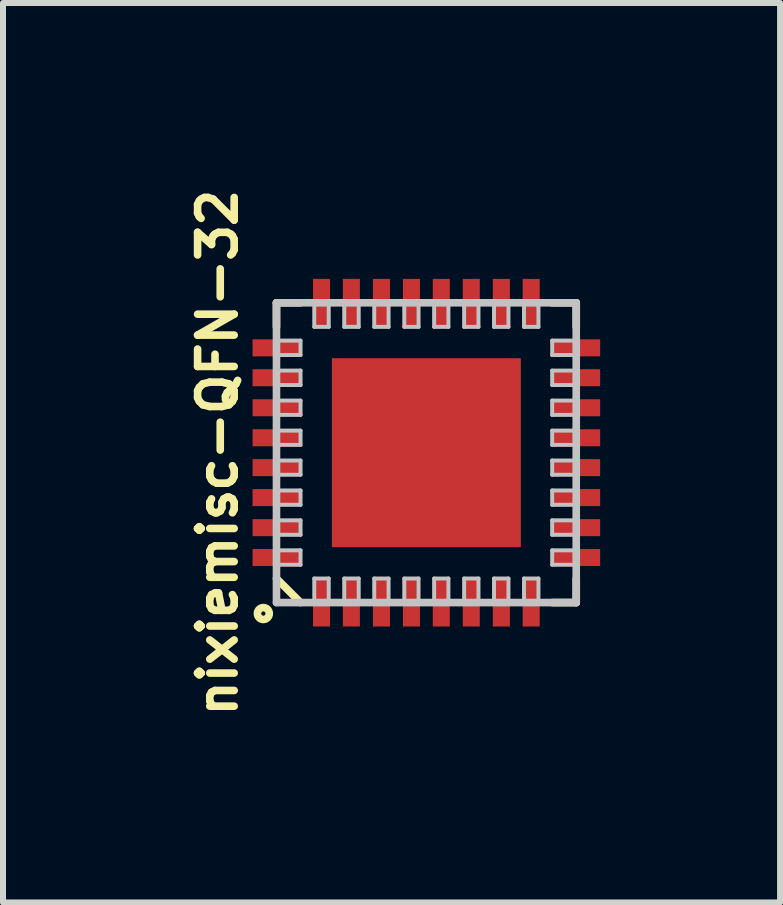
<source format=kicad_pcb>
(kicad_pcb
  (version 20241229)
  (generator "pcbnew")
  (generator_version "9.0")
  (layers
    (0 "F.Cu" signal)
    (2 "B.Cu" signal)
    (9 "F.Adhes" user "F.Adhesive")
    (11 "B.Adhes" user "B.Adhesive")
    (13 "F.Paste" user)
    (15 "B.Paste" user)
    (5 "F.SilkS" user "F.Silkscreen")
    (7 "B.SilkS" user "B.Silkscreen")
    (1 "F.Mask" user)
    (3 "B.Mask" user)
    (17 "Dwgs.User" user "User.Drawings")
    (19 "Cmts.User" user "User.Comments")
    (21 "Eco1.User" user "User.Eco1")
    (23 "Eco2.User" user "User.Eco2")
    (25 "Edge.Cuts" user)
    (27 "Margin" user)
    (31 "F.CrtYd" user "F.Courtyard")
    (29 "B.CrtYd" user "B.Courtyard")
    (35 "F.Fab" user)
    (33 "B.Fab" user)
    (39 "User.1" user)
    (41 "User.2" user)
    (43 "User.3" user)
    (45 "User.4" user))
  (footprint "nixiemisc-QFN-32"
    (layer "F.Cu")
    (at 4.059 4.498)
    (property "Reference" "nixiemisc-QFN-32" (at -3.48 0 90) (unlocked yes) (layer "F.SilkS") (effects (font (size 0.61 0.61) (thickness 0.127))))
    (attr smd)
    (fp_line (start -2.499 -2.499) (end -2.098 -2.499) (stroke (width 0.127) (type solid)) (layer "F.SilkS"))
    (fp_line (start -2.499 -2.098) (end -2.499 -2.499) (stroke (width 0.127) (type solid)) (layer "F.SilkS"))
    (fp_line (start -2.499 2.098) (end -2.098 2.499) (stroke (width 0.127) (type solid)) (layer "F.SilkS"))
    (fp_line (start 2.098 -2.499) (end 2.499 -2.499) (stroke (width 0.127) (type solid)) (layer "F.SilkS"))
    (fp_line (start 2.499 -2.499) (end 2.499 -2.098) (stroke (width 0.127) (type solid)) (layer "F.SilkS"))
    (fp_line (start 2.499 2.098) (end 2.499 2.499) (stroke (width 0.127) (type solid)) (layer "F.SilkS"))
    (fp_line (start 2.499 2.499) (end 2.098 2.499) (stroke (width 0.127) (type solid)) (layer "F.SilkS"))
    (fp_circle (center -2.718 2.682) (end -2.718 2.583) (stroke (width 0.127) (type solid)) (fill no) (layer "F.SilkS"))
    (fp_line (start -1.448 -1.448) (end -0.15 -1.448) (stroke (width 0.066) (type solid)) (layer "F.Paste"))
    (fp_line (start -1.448 -0.15) (end -1.448 -1.448) (stroke (width 0.066) (type solid)) (layer "F.Paste"))
    (fp_line (start -1.448 -0.15) (end -0.15 -0.15) (stroke (width 0.066) (type solid)) (layer "F.Paste"))
    (fp_line (start -1.448 1.448) (end -1.448 0.15) (stroke (width 0.066) (type solid)) (layer "F.Paste"))
    (fp_line (start -0.15 -0.15) (end -0.15 -1.448) (stroke (width 0.066) (type solid)) (layer "F.Paste"))
    (fp_line (start -0.15 0.15) (end -1.448 0.15) (stroke (width 0.066) (type solid)) (layer "F.Paste"))
    (fp_line (start -0.15 1.448) (end -1.448 1.448) (stroke (width 0.066) (type solid)) (layer "F.Paste"))
    (fp_line (start -0.15 1.448) (end -0.15 0.15) (stroke (width 0.066) (type solid)) (layer "F.Paste"))
    (fp_line (start 0.15 -1.448) (end 0.15 -0.15) (stroke (width 0.066) (type solid)) (layer "F.Paste"))
    (fp_line (start 0.15 -1.448) (end 1.448 -1.448) (stroke (width 0.066) (type solid)) (layer "F.Paste"))
    (fp_line (start 0.15 -0.15) (end 1.448 -0.15) (stroke (width 0.066) (type solid)) (layer "F.Paste"))
    (fp_line (start 0.15 0.15) (end 0.15 1.448) (stroke (width 0.066) (type solid)) (layer "F.Paste"))
    (fp_line (start 1.448 -1.448) (end 1.448 -0.15) (stroke (width 0.066) (type solid)) (layer "F.Paste"))
    (fp_line (start 1.448 0.15) (end 0.15 0.15) (stroke (width 0.066) (type solid)) (layer "F.Paste"))
    (fp_line (start 1.448 0.15) (end 1.448 1.448) (stroke (width 0.066) (type solid)) (layer "F.Paste"))
    (fp_line (start 1.448 1.448) (end 0.15 1.448) (stroke (width 0.066) (type solid)) (layer "F.Paste"))
    (fp_line (start -2.499 -2.499) (end -2.499 2.499) (stroke (width 0.127) (type solid)) (layer "Dwgs.User"))
    (fp_line (start -2.499 -1.869) (end -2.098 -1.869) (stroke (width 0.066) (type solid)) (layer "Dwgs.User"))
    (fp_line (start -2.499 -1.628) (end -2.499 -1.869) (stroke (width 0.066) (type solid)) (layer "Dwgs.User"))
    (fp_line (start -2.499 -1.628) (end -2.098 -1.628) (stroke (width 0.066) (type solid)) (layer "Dwgs.User"))
    (fp_line (start -2.499 -1.369) (end -2.098 -1.369) (stroke (width 0.066) (type solid)) (layer "Dwgs.User"))
    (fp_line (start -2.499 -1.128) (end -2.499 -1.369) (stroke (width 0.066) (type solid)) (layer "Dwgs.User"))
    (fp_line (start -2.499 -1.128) (end -2.098 -1.128) (stroke (width 0.066) (type solid)) (layer "Dwgs.User"))
    (fp_line (start -2.499 -0.869) (end -2.098 -0.869) (stroke (width 0.066) (type solid)) (layer "Dwgs.User"))
    (fp_line (start -2.499 -0.63) (end -2.499 -0.869) (stroke (width 0.066) (type solid)) (layer "Dwgs.User"))
    (fp_line (start -2.499 -0.63) (end -2.098 -0.63) (stroke (width 0.066) (type solid)) (layer "Dwgs.User"))
    (fp_line (start -2.499 -0.368) (end -2.098 -0.368) (stroke (width 0.066) (type solid)) (layer "Dwgs.User"))
    (fp_line (start -2.499 -0.13) (end -2.499 -0.368) (stroke (width 0.066) (type solid)) (layer "Dwgs.User"))
    (fp_line (start -2.499 -0.13) (end -2.098 -0.13) (stroke (width 0.066) (type solid)) (layer "Dwgs.User"))
    (fp_line (start -2.499 0.13) (end -2.098 0.13) (stroke (width 0.066) (type solid)) (layer "Dwgs.User"))
    (fp_line (start -2.499 0.368) (end -2.499 0.13) (stroke (width 0.066) (type solid)) (layer "Dwgs.User"))
    (fp_line (start -2.499 0.368) (end -2.098 0.368) (stroke (width 0.066) (type solid)) (layer "Dwgs.User"))
    (fp_line (start -2.499 0.63) (end -2.098 0.63) (stroke (width 0.066) (type solid)) (layer "Dwgs.User"))
    (fp_line (start -2.499 0.869) (end -2.499 0.63) (stroke (width 0.066) (type solid)) (layer "Dwgs.User"))
    (fp_line (start -2.499 0.869) (end -2.098 0.869) (stroke (width 0.066) (type solid)) (layer "Dwgs.User"))
    (fp_line (start -2.499 1.128) (end -2.098 1.128) (stroke (width 0.066) (type solid)) (layer "Dwgs.User"))
    (fp_line (start -2.499 1.369) (end -2.499 1.128) (stroke (width 0.066) (type solid)) (layer "Dwgs.User"))
    (fp_line (start -2.499 1.369) (end -2.098 1.369) (stroke (width 0.066) (type solid)) (layer "Dwgs.User"))
    (fp_line (start -2.499 1.628) (end -2.098 1.628) (stroke (width 0.066) (type solid)) (layer "Dwgs.User"))
    (fp_line (start -2.499 1.869) (end -2.499 1.628) (stroke (width 0.066) (type solid)) (layer "Dwgs.User"))
    (fp_line (start -2.499 1.869) (end -2.098 1.869) (stroke (width 0.066) (type solid)) (layer "Dwgs.User"))
    (fp_line (start -2.499 2.499) (end 2.499 2.499) (stroke (width 0.127) (type solid)) (layer "Dwgs.User"))
    (fp_line (start -2.098 -1.628) (end -2.098 -1.869) (stroke (width 0.066) (type solid)) (layer "Dwgs.User"))
    (fp_line (start -2.098 -1.128) (end -2.098 -1.369) (stroke (width 0.066) (type solid)) (layer "Dwgs.User"))
    (fp_line (start -2.098 -0.63) (end -2.098 -0.869) (stroke (width 0.066) (type solid)) (layer "Dwgs.User"))
    (fp_line (start -2.098 -0.13) (end -2.098 -0.368) (stroke (width 0.066) (type solid)) (layer "Dwgs.User"))
    (fp_line (start -2.098 0.368) (end -2.098 0.13) (stroke (width 0.066) (type solid)) (layer "Dwgs.User"))
    (fp_line (start -2.098 0.869) (end -2.098 0.63) (stroke (width 0.066) (type solid)) (layer "Dwgs.User"))
    (fp_line (start -2.098 1.369) (end -2.098 1.128) (stroke (width 0.066) (type solid)) (layer "Dwgs.User"))
    (fp_line (start -2.098 1.869) (end -2.098 1.628) (stroke (width 0.066) (type solid)) (layer "Dwgs.User"))
    (fp_line (start -1.869 -2.499) (end -1.869 -2.098) (stroke (width 0.066) (type solid)) (layer "Dwgs.User"))
    (fp_line (start -1.869 -2.499) (end -1.628 -2.499) (stroke (width 0.066) (type solid)) (layer "Dwgs.User"))
    (fp_line (start -1.869 -2.098) (end -1.628 -2.098) (stroke (width 0.066) (type solid)) (layer "Dwgs.User"))
    (fp_line (start -1.869 2.499) (end -1.869 2.098) (stroke (width 0.066) (type solid)) (layer "Dwgs.User"))
    (fp_line (start -1.628 -2.499) (end -1.628 -2.098) (stroke (width 0.066) (type solid)) (layer "Dwgs.User"))
    (fp_line (start -1.628 2.098) (end -1.869 2.098) (stroke (width 0.066) (type solid)) (layer "Dwgs.User"))
    (fp_line (start -1.628 2.499) (end -1.869 2.499) (stroke (width 0.066) (type solid)) (layer "Dwgs.User"))
    (fp_line (start -1.628 2.499) (end -1.628 2.098) (stroke (width 0.066) (type solid)) (layer "Dwgs.User"))
    (fp_line (start -1.369 -2.499) (end -1.369 -2.098) (stroke (width 0.066) (type solid)) (layer "Dwgs.User"))
    (fp_line (start -1.369 -2.499) (end -1.128 -2.499) (stroke (width 0.066) (type solid)) (layer "Dwgs.User"))
    (fp_line (start -1.369 -2.098) (end -1.128 -2.098) (stroke (width 0.066) (type solid)) (layer "Dwgs.User"))
    (fp_line (start -1.369 2.499) (end -1.369 2.098) (stroke (width 0.066) (type solid)) (layer "Dwgs.User"))
    (fp_line (start -1.128 -2.499) (end -1.128 -2.098) (stroke (width 0.066) (type solid)) (layer "Dwgs.User"))
    (fp_line (start -1.128 2.098) (end -1.369 2.098) (stroke (width 0.066) (type solid)) (layer "Dwgs.User"))
    (fp_line (start -1.128 2.499) (end -1.369 2.499) (stroke (width 0.066) (type solid)) (layer "Dwgs.User"))
    (fp_line (start -1.128 2.499) (end -1.128 2.098) (stroke (width 0.066) (type solid)) (layer "Dwgs.User"))
    (fp_line (start -0.869 -2.499) (end -0.869 -2.098) (stroke (width 0.066) (type solid)) (layer "Dwgs.User"))
    (fp_line (start -0.869 -2.499) (end -0.63 -2.499) (stroke (width 0.066) (type solid)) (layer "Dwgs.User"))
    (fp_line (start -0.869 -2.098) (end -0.63 -2.098) (stroke (width 0.066) (type solid)) (layer "Dwgs.User"))
    (fp_line (start -0.869 2.499) (end -0.869 2.098) (stroke (width 0.066) (type solid)) (layer "Dwgs.User"))
    (fp_line (start -0.63 -2.499) (end -0.63 -2.098) (stroke (width 0.066) (type solid)) (layer "Dwgs.User"))
    (fp_line (start -0.63 2.098) (end -0.869 2.098) (stroke (width 0.066) (type solid)) (layer "Dwgs.User"))
    (fp_line (start -0.63 2.499) (end -0.869 2.499) (stroke (width 0.066) (type solid)) (layer "Dwgs.User"))
    (fp_line (start -0.63 2.499) (end -0.63 2.098) (stroke (width 0.066) (type solid)) (layer "Dwgs.User"))
    (fp_line (start -0.368 -2.499) (end -0.368 -2.098) (stroke (width 0.066) (type solid)) (layer "Dwgs.User"))
    (fp_line (start -0.368 -2.499) (end -0.13 -2.499) (stroke (width 0.066) (type solid)) (layer "Dwgs.User"))
    (fp_line (start -0.368 -2.098) (end -0.13 -2.098) (stroke (width 0.066) (type solid)) (layer "Dwgs.User"))
    (fp_line (start -0.368 2.499) (end -0.368 2.098) (stroke (width 0.066) (type solid)) (layer "Dwgs.User"))
    (fp_line (start -0.13 -2.499) (end -0.13 -2.098) (stroke (width 0.066) (type solid)) (layer "Dwgs.User"))
    (fp_line (start -0.13 2.098) (end -0.368 2.098) (stroke (width 0.066) (type solid)) (layer "Dwgs.User"))
    (fp_line (start -0.13 2.499) (end -0.368 2.499) (stroke (width 0.066) (type solid)) (layer "Dwgs.User"))
    (fp_line (start -0.13 2.499) (end -0.13 2.098) (stroke (width 0.066) (type solid)) (layer "Dwgs.User"))
    (fp_line (start 0.13 -2.499) (end 0.13 -2.098) (stroke (width 0.066) (type solid)) (layer "Dwgs.User"))
    (fp_line (start 0.13 -2.499) (end 0.368 -2.499) (stroke (width 0.066) (type solid)) (layer "Dwgs.User"))
    (fp_line (start 0.13 -2.098) (end 0.368 -2.098) (stroke (width 0.066) (type solid)) (layer "Dwgs.User"))
    (fp_line (start 0.13 2.499) (end 0.13 2.098) (stroke (width 0.066) (type solid)) (layer "Dwgs.User"))
    (fp_line (start 0.368 -2.499) (end 0.368 -2.098) (stroke (width 0.066) (type solid)) (layer "Dwgs.User"))
    (fp_line (start 0.368 2.098) (end 0.13 2.098) (stroke (width 0.066) (type solid)) (layer "Dwgs.User"))
    (fp_line (start 0.368 2.499) (end 0.13 2.499) (stroke (width 0.066) (type solid)) (layer "Dwgs.User"))
    (fp_line (start 0.368 2.499) (end 0.368 2.098) (stroke (width 0.066) (type solid)) (layer "Dwgs.User"))
    (fp_line (start 0.63 -2.499) (end 0.63 -2.098) (stroke (width 0.066) (type solid)) (layer "Dwgs.User"))
    (fp_line (start 0.63 -2.499) (end 0.869 -2.499) (stroke (width 0.066) (type solid)) (layer "Dwgs.User"))
    (fp_line (start 0.63 -2.098) (end 0.869 -2.098) (stroke (width 0.066) (type solid)) (layer "Dwgs.User"))
    (fp_line (start 0.63 2.499) (end 0.63 2.098) (stroke (width 0.066) (type solid)) (layer "Dwgs.User"))
    (fp_line (start 0.869 -2.499) (end 0.869 -2.098) (stroke (width 0.066) (type solid)) (layer "Dwgs.User"))
    (fp_line (start 0.869 2.098) (end 0.63 2.098) (stroke (width 0.066) (type solid)) (layer "Dwgs.User"))
    (fp_line (start 0.869 2.499) (end 0.63 2.499) (stroke (width 0.066) (type solid)) (layer "Dwgs.User"))
    (fp_line (start 0.869 2.499) (end 0.869 2.098) (stroke (width 0.066) (type solid)) (layer "Dwgs.User"))
    (fp_line (start 1.128 -2.499) (end 1.128 -2.098) (stroke (width 0.066) (type solid)) (layer "Dwgs.User"))
    (fp_line (start 1.128 -2.499) (end 1.369 -2.499) (stroke (width 0.066) (type solid)) (layer "Dwgs.User"))
    (fp_line (start 1.128 -2.098) (end 1.369 -2.098) (stroke (width 0.066) (type solid)) (layer "Dwgs.User"))
    (fp_line (start 1.128 2.499) (end 1.128 2.098) (stroke (width 0.066) (type solid)) (layer "Dwgs.User"))
    (fp_line (start 1.369 -2.499) (end 1.369 -2.098) (stroke (width 0.066) (type solid)) (layer "Dwgs.User"))
    (fp_line (start 1.369 2.098) (end 1.128 2.098) (stroke (width 0.066) (type solid)) (layer "Dwgs.User"))
    (fp_line (start 1.369 2.499) (end 1.128 2.499) (stroke (width 0.066) (type solid)) (layer "Dwgs.User"))
    (fp_line (start 1.369 2.499) (end 1.369 2.098) (stroke (width 0.066) (type solid)) (layer "Dwgs.User"))
    (fp_line (start 1.628 -2.499) (end 1.628 -2.098) (stroke (width 0.066) (type solid)) (layer "Dwgs.User"))
    (fp_line (start 1.628 -2.499) (end 1.869 -2.499) (stroke (width 0.066) (type solid)) (layer "Dwgs.User"))
    (fp_line (start 1.628 -2.098) (end 1.869 -2.098) (stroke (width 0.066) (type solid)) (layer "Dwgs.User"))
    (fp_line (start 1.628 2.499) (end 1.628 2.098) (stroke (width 0.066) (type solid)) (layer "Dwgs.User"))
    (fp_line (start 1.869 -2.499) (end 1.869 -2.098) (stroke (width 0.066) (type solid)) (layer "Dwgs.User"))
    (fp_line (start 1.869 2.098) (end 1.628 2.098) (stroke (width 0.066) (type solid)) (layer "Dwgs.User"))
    (fp_line (start 1.869 2.499) (end 1.628 2.499) (stroke (width 0.066) (type solid)) (layer "Dwgs.User"))
    (fp_line (start 1.869 2.499) (end 1.869 2.098) (stroke (width 0.066) (type solid)) (layer "Dwgs.User"))
    (fp_line (start 2.098 -1.869) (end 2.098 -1.628) (stroke (width 0.066) (type solid)) (layer "Dwgs.User"))
    (fp_line (start 2.098 -1.369) (end 2.098 -1.128) (stroke (width 0.066) (type solid)) (layer "Dwgs.User"))
    (fp_line (start 2.098 -0.869) (end 2.098 -0.63) (stroke (width 0.066) (type solid)) (layer "Dwgs.User"))
    (fp_line (start 2.098 -0.368) (end 2.098 -0.13) (stroke (width 0.066) (type solid)) (layer "Dwgs.User"))
    (fp_line (start 2.098 0.13) (end 2.098 0.368) (stroke (width 0.066) (type solid)) (layer "Dwgs.User"))
    (fp_line (start 2.098 0.63) (end 2.098 0.869) (stroke (width 0.066) (type solid)) (layer "Dwgs.User"))
    (fp_line (start 2.098 1.128) (end 2.098 1.369) (stroke (width 0.066) (type solid)) (layer "Dwgs.User"))
    (fp_line (start 2.098 1.628) (end 2.098 1.869) (stroke (width 0.066) (type solid)) (layer "Dwgs.User"))
    (fp_line (start 2.499 -2.499) (end -2.499 -2.499) (stroke (width 0.127) (type solid)) (layer "Dwgs.User"))
    (fp_line (start 2.499 -1.869) (end 2.098 -1.869) (stroke (width 0.066) (type solid)) (layer "Dwgs.User"))
    (fp_line (start 2.499 -1.869) (end 2.499 -1.628) (stroke (width 0.066) (type solid)) (layer "Dwgs.User"))
    (fp_line (start 2.499 -1.628) (end 2.098 -1.628) (stroke (width 0.066) (type solid)) (layer "Dwgs.User"))
    (fp_line (start 2.499 -1.369) (end 2.098 -1.369) (stroke (width 0.066) (type solid)) (layer "Dwgs.User"))
    (fp_line (start 2.499 -1.369) (end 2.499 -1.128) (stroke (width 0.066) (type solid)) (layer "Dwgs.User"))
    (fp_line (start 2.499 -1.128) (end 2.098 -1.128) (stroke (width 0.066) (type solid)) (layer "Dwgs.User"))
    (fp_line (start 2.499 -0.869) (end 2.098 -0.869) (stroke (width 0.066) (type solid)) (layer "Dwgs.User"))
    (fp_line (start 2.499 -0.869) (end 2.499 -0.63) (stroke (width 0.066) (type solid)) (layer "Dwgs.User"))
    (fp_line (start 2.499 -0.63) (end 2.098 -0.63) (stroke (width 0.066) (type solid)) (layer "Dwgs.User"))
    (fp_line (start 2.499 -0.368) (end 2.098 -0.368) (stroke (width 0.066) (type solid)) (layer "Dwgs.User"))
    (fp_line (start 2.499 -0.368) (end 2.499 -0.13) (stroke (width 0.066) (type solid)) (layer "Dwgs.User"))
    (fp_line (start 2.499 -0.13) (end 2.098 -0.13) (stroke (width 0.066) (type solid)) (layer "Dwgs.User"))
    (fp_line (start 2.499 0.13) (end 2.098 0.13) (stroke (width 0.066) (type solid)) (layer "Dwgs.User"))
    (fp_line (start 2.499 0.13) (end 2.499 0.368) (stroke (width 0.066) (type solid)) (layer "Dwgs.User"))
    (fp_line (start 2.499 0.368) (end 2.098 0.368) (stroke (width 0.066) (type solid)) (layer "Dwgs.User"))
    (fp_line (start 2.499 0.63) (end 2.098 0.63) (stroke (width 0.066) (type solid)) (layer "Dwgs.User"))
    (fp_line (start 2.499 0.63) (end 2.499 0.869) (stroke (width 0.066) (type solid)) (layer "Dwgs.User"))
    (fp_line (start 2.499 0.869) (end 2.098 0.869) (stroke (width 0.066) (type solid)) (layer "Dwgs.User"))
    (fp_line (start 2.499 1.128) (end 2.098 1.128) (stroke (width 0.066) (type solid)) (layer "Dwgs.User"))
    (fp_line (start 2.499 1.128) (end 2.499 1.369) (stroke (width 0.066) (type solid)) (layer "Dwgs.User"))
    (fp_line (start 2.499 1.369) (end 2.098 1.369) (stroke (width 0.066) (type solid)) (layer "Dwgs.User"))
    (fp_line (start 2.499 1.628) (end 2.098 1.628) (stroke (width 0.066) (type solid)) (layer "Dwgs.User"))
    (fp_line (start 2.499 1.628) (end 2.499 1.869) (stroke (width 0.066) (type solid)) (layer "Dwgs.User"))
    (fp_line (start 2.499 1.869) (end 2.098 1.869) (stroke (width 0.066) (type solid)) (layer "Dwgs.User"))
    (fp_line (start 2.499 2.499) (end 2.499 -2.499) (stroke (width 0.127) (type solid)) (layer "Dwgs.User"))
    (pad "1" smd rect (at -1.748 2.499 90) (size 0.798 0.284) (layers "F.Cu" "F.Mask" "F.Paste"))
    (pad "2" smd rect (at -1.25 2.499 90) (size 0.798 0.284) (layers "F.Cu" "F.Mask" "F.Paste"))
    (pad "3" smd rect (at -0.749 2.499 90) (size 0.798 0.284) (layers "F.Cu" "F.Mask" "F.Paste"))
    (pad "4" smd rect (at -0.249 2.499 90) (size 0.798 0.284) (layers "F.Cu" "F.Mask" "F.Paste"))
    (pad "5" smd rect (at 0.249 2.499 90) (size 0.798 0.284) (layers "F.Cu" "F.Mask" "F.Paste"))
    (pad "6" smd rect (at 0.749 2.499 90) (size 0.798 0.284) (layers "F.Cu" "F.Mask" "F.Paste"))
    (pad "7" smd rect (at 1.25 2.499 90) (size 0.798 0.284) (layers "F.Cu" "F.Mask" "F.Paste"))
    (pad "8" smd rect (at 1.748 2.499 90) (size 0.798 0.284) (layers "F.Cu" "F.Mask" "F.Paste"))
    (pad "9" smd rect (at 2.499 1.748 180) (size 0.798 0.284) (layers "F.Cu" "F.Mask" "F.Paste"))
    (pad "10" smd rect (at 2.499 1.25 180) (size 0.798 0.284) (layers "F.Cu" "F.Mask" "F.Paste"))
    (pad "11" smd rect (at 2.499 0.749 180) (size 0.798 0.284) (layers "F.Cu" "F.Mask" "F.Paste"))
    (pad "12" smd rect (at 2.499 0.249 180) (size 0.798 0.284) (layers "F.Cu" "F.Mask" "F.Paste"))
    (pad "13" smd rect (at 2.499 -0.249 180) (size 0.798 0.284) (layers "F.Cu" "F.Mask" "F.Paste"))
    (pad "14" smd rect (at 2.499 -0.749 180) (size 0.798 0.284) (layers "F.Cu" "F.Mask" "F.Paste"))
    (pad "15" smd rect (at 2.499 -1.25 180) (size 0.798 0.284) (layers "F.Cu" "F.Mask" "F.Paste"))
    (pad "16" smd rect (at 2.499 -1.748 180) (size 0.798 0.284) (layers "F.Cu" "F.Mask" "F.Paste"))
    (pad "17" smd rect (at 1.748 -2.499 270) (size 0.798 0.284) (layers "F.Cu" "F.Mask" "F.Paste"))
    (pad "18" smd rect (at 1.25 -2.499 270) (size 0.798 0.284) (layers "F.Cu" "F.Mask" "F.Paste"))
    (pad "19" smd rect (at 0.749 -2.499 270) (size 0.798 0.284) (layers "F.Cu" "F.Mask" "F.Paste"))
    (pad "20" smd rect (at 0.249 -2.499 270) (size 0.798 0.284) (layers "F.Cu" "F.Mask" "F.Paste"))
    (pad "21" smd rect (at -0.249 -2.499 270) (size 0.798 0.284) (layers "F.Cu" "F.Mask" "F.Paste"))
    (pad "22" smd rect (at -0.749 -2.499 270) (size 0.798 0.284) (layers "F.Cu" "F.Mask" "F.Paste"))
    (pad "23" smd rect (at -1.25 -2.499 270) (size 0.798 0.284) (layers "F.Cu" "F.Mask" "F.Paste"))
    (pad "24" smd rect (at -1.748 -2.499 270) (size 0.798 0.284) (layers "F.Cu" "F.Mask" "F.Paste"))
    (pad "25" smd rect (at -2.499 -1.748) (size 0.798 0.284) (layers "F.Cu" "F.Mask" "F.Paste"))
    (pad "26" smd rect (at -2.499 -1.25) (size 0.798 0.284) (layers "F.Cu" "F.Mask" "F.Paste"))
    (pad "27" smd rect (at -2.499 -0.749) (size 0.798 0.284) (layers "F.Cu" "F.Mask" "F.Paste"))
    (pad "28" smd rect (at -2.499 -0.249) (size 0.798 0.284) (layers "F.Cu" "F.Mask" "F.Paste"))
    (pad "29" smd rect (at -2.499 0.249) (size 0.798 0.284) (layers "F.Cu" "F.Mask" "F.Paste"))
    (pad "30" smd rect (at -2.499 0.749) (size 0.798 0.284) (layers "F.Cu" "F.Mask" "F.Paste"))
    (pad "31" smd rect (at -2.499 1.25) (size 0.798 0.284) (layers "F.Cu" "F.Mask" "F.Paste"))
    (pad "32" smd rect (at -2.499 1.748) (size 0.798 0.284) (layers "F.Cu" "F.Mask" "F.Paste"))
    (pad "EP" smd rect (at 0 0) (size 3.15 3.15) (layers "F.Cu" "F.Mask" "F.Paste")))
  (gr_rect
    (start -3 -3)
    (end 9.957 11.997)
    (stroke (width 0.1) (type default))
    (fill no)
    (layer "Edge.Cuts")))
</source>
